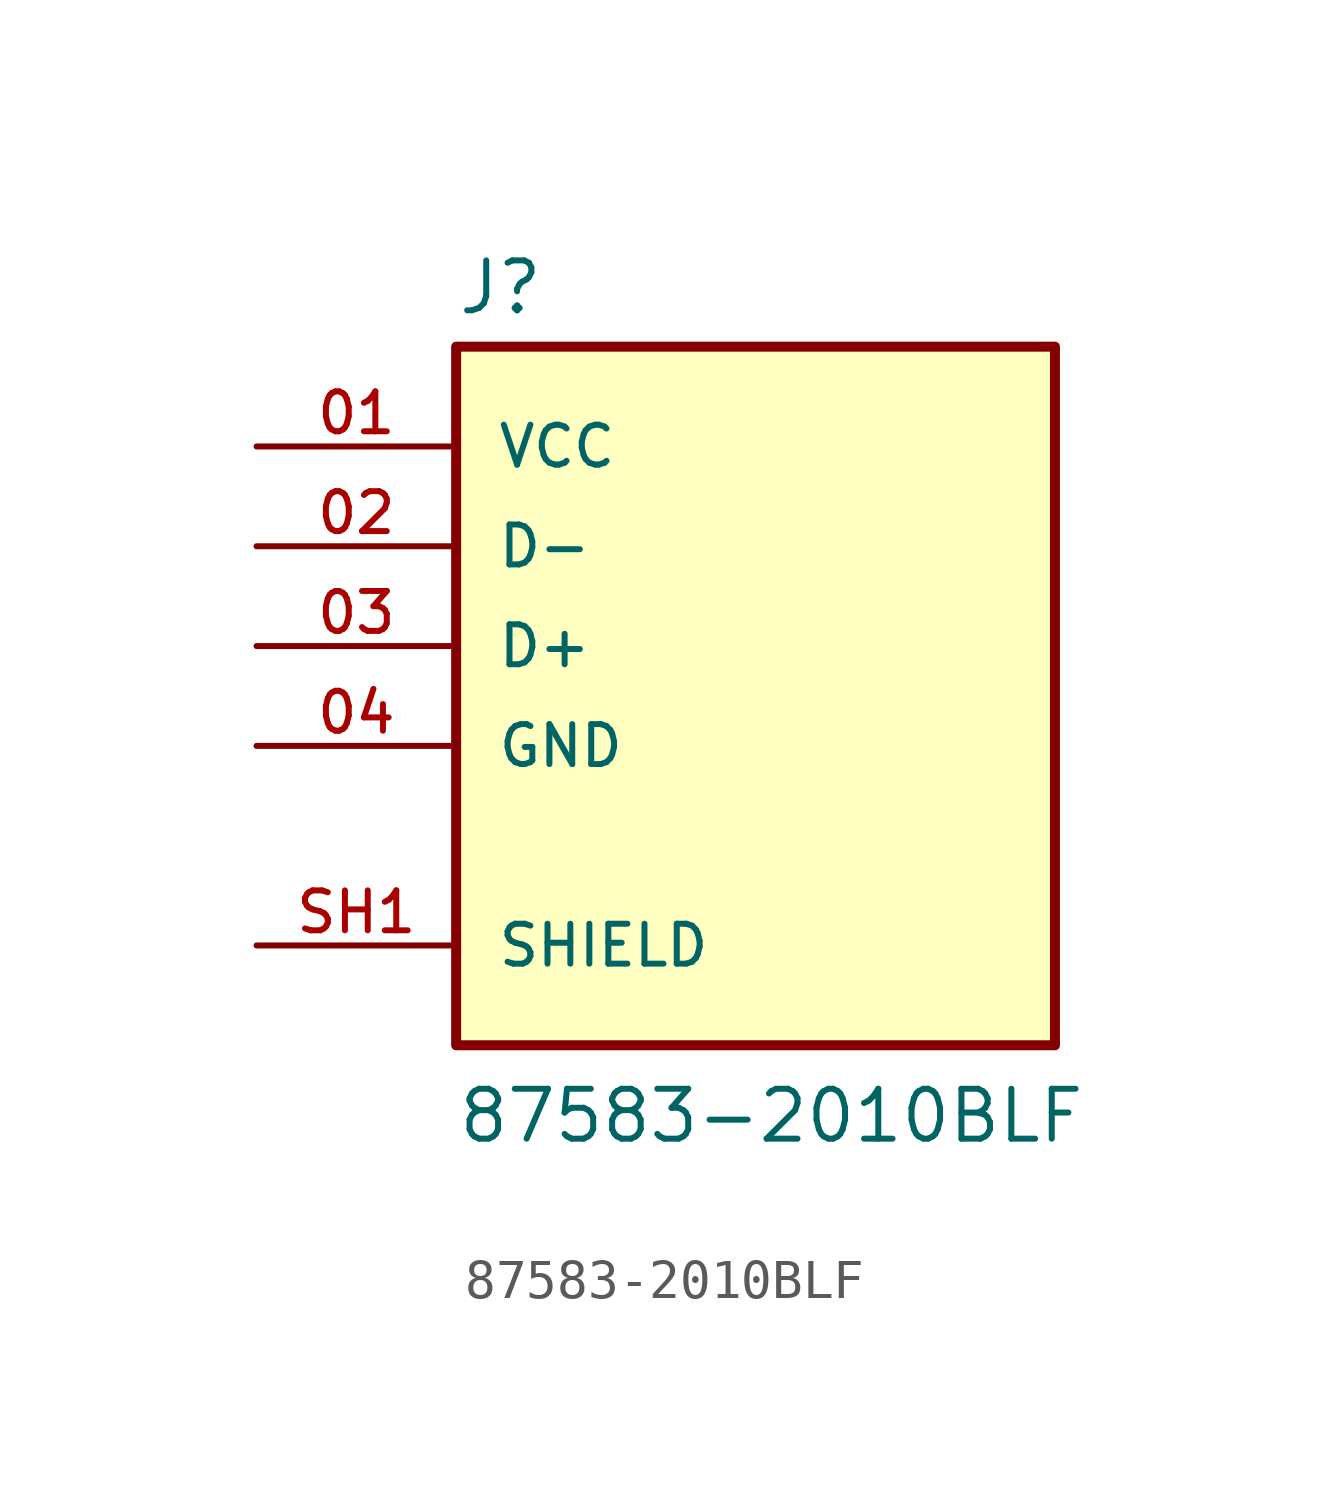
<source format=kicad_sym>
(kicad_symbol_lib
  (version 20211014)
  (generator kicad_symbol_editor)
  (symbol "87583-2010BLF"
    (pin_names
      (offset 1.016))
    (property "Reference" "J"
      (at -7.62 10.922 0)
      (effects (font (size 1.27 1.27)) (justify bottom left)))
    (property "Value" "87583-2010BLF"
      (at -7.62 -10.16 0)
      (effects (font (size 1.27 1.27)) (justify bottom left)))
    (symbol "87583-2010BLF_0_0"
      (rectangle (start -7.62 -7.62) (end 7.62 10.16) (stroke (width 0.254)) (fill (type background)))
      (pin power_in line (at -12.7 7.62 0) (length 5.08) (name "VCC" (effects (font (size 1.016 1.016)))) (number "01" (effects (font (size 1.016 1.016)))))
      (pin bidirectional line (at -12.7 5.08 0) (length 5.08) (name "D-" (effects (font (size 1.016 1.016)))) (number "02" (effects (font (size 1.016 1.016)))))
      (pin bidirectional line (at -12.7 2.54 0) (length 5.08) (name "D+" (effects (font (size 1.016 1.016)))) (number "03" (effects (font (size 1.016 1.016)))))
      (pin power_in line (at -12.7 0.0 0) (length 5.08) (name "GND" (effects (font (size 1.016 1.016)))) (number "04" (effects (font (size 1.016 1.016)))))
      (pin passive line (at -12.7 -5.08 0) (length 5.08) (name "SHIELD" (effects (font (size 1.016 1.016)))) (number "SH1" (effects (font (size 1.016 1.016)))))
      (pin passive line (at -12.7 -5.08 0) (length 5.08) hide (name "SHIELD" (effects (font (size 1.016 1.016)))) (number "SH2" (effects (font (size 1.016 1.016))))))))
</source>
